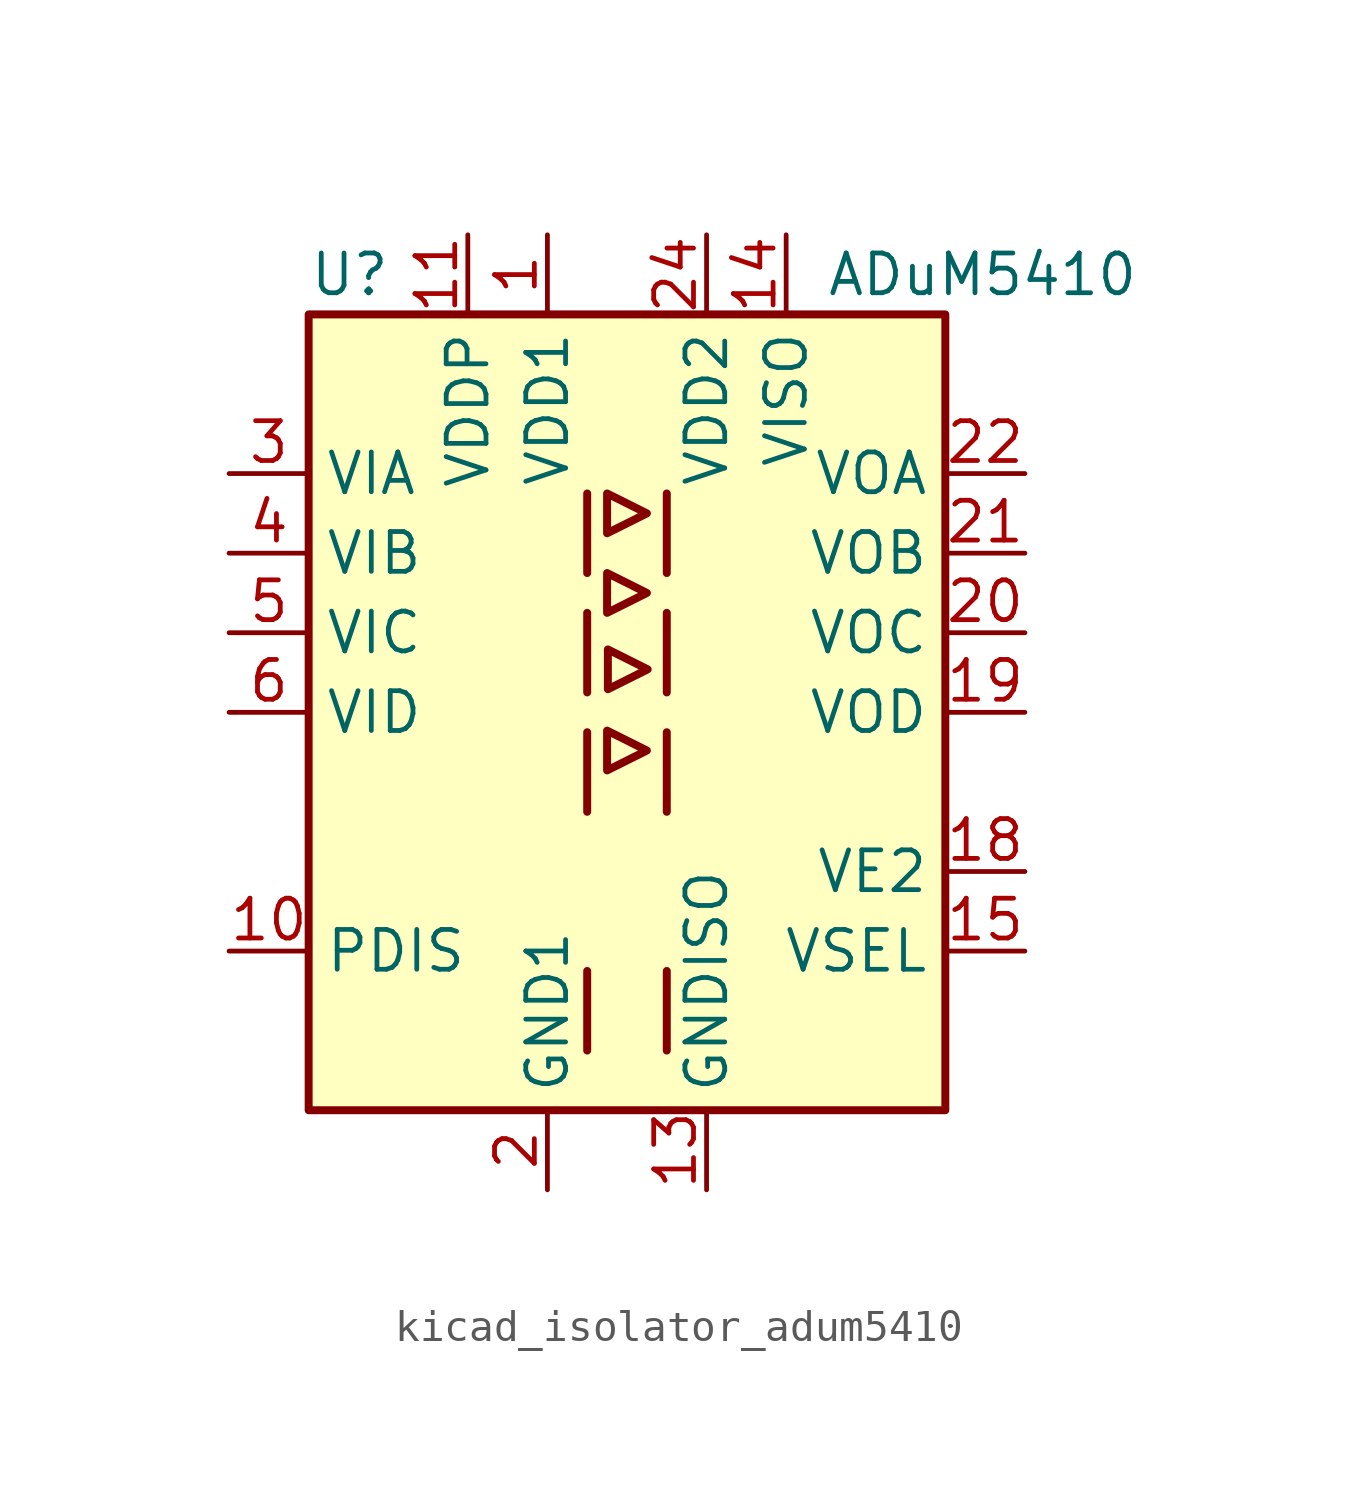
<source format=kicad_sym>
(kicad_symbol_lib
  (version 20220914)
  (generator kicad_symbol_editor)
  (symbol "kicad_isolator_adum5410"
    (property "Reference" "U"
      (at -10.16 13.97 0)
      (effects (font (size 1.27 1.27)) (justify left)))
    (property "Value" "ADuM5410"
      (at 6.35 13.97 0)
      (effects (font (size 1.27 1.27)) (justify left)))
    (symbol "kicad_isolator_adum5410_0_1"
      (rectangle (start -10.16 12.7) (end 10.16 -12.7) (stroke (width 0.254) (type default)) (fill (type background)))
      (polyline (pts (xy -1.27 -8.255) (xy -1.27 -10.795)) (stroke (width 0.254) (type default)) (fill (type none)))
      (polyline (pts (xy -1.27 -0.635) (xy -1.27 -3.175)) (stroke (width 0.254) (type default)) (fill (type none)))
      (polyline (pts (xy -1.27 3.175) (xy -1.27 0.635)) (stroke (width 0.254) (type default)) (fill (type none)))
      (polyline (pts (xy -1.27 6.985) (xy -1.27 4.445)) (stroke (width 0.254) (type default)) (fill (type none)))
      (polyline (pts (xy 1.27 -8.255) (xy 1.27 -10.795)) (stroke (width 0.254) (type default)) (fill (type none)))
      (polyline (pts (xy 1.27 -0.635) (xy 1.27 -3.175)) (stroke (width 0.254) (type default)) (fill (type none)))
      (polyline (pts (xy 1.27 3.175) (xy 1.27 0.635)) (stroke (width 0.254) (type default)) (fill (type none)))
      (polyline (pts (xy 1.27 6.985) (xy 1.27 4.445)) (stroke (width 0.254) (type default)) (fill (type none)))
      (polyline (pts (xy -0.635 -1.854) (xy -0.635 -0.584) (xy 0.635 -1.219) (xy -0.635 -1.854)) (stroke (width 0.254) (type default)) (fill (type none)))
      (polyline (pts (xy -0.635 4.445) (xy -0.635 3.175) (xy 0.635 3.81) (xy -0.635 4.445)) (stroke (width 0.254) (type default)) (fill (type none)))
      (polyline (pts (xy -0.635 5.715) (xy 0.635 6.35) (xy -0.635 6.985) (xy -0.635 5.715)) (stroke (width 0.254) (type default)) (fill (type none)))
      (polyline (pts (xy -0.61 2.007) (xy 0.66 1.372) (xy -0.61 0.737) (xy -0.61 2.007)) (stroke (width 0.254) (type default)) (fill (type none))))
    (symbol "kicad_isolator_adum5410_1_1"
      (pin power_in line (at -2.54 15.24 270) (length 2.54) (name "VDD1" (effects (font (size 1.27 1.27)))) (number "1" (effects (font (size 1.27 1.27)))))
      (pin input line (at -12.7 -7.62 0) (length 2.54) (name "PDIS" (effects (font (size 1.27 1.27)))) (number "10" (effects (font (size 1.27 1.27)))))
      (pin power_in line (at -5.08 15.24 270) (length 2.54) (name "VDDP" (effects (font (size 1.27 1.27)))) (number "11" (effects (font (size 1.27 1.27)))))
      (pin passive line (at -2.54 -15.24 90) (length 2.54) hide (name "GND1" (effects (font (size 1.27 1.27)))) (number "12" (effects (font (size 1.27 1.27)))))
      (pin power_in line (at 2.54 -15.24 90) (length 2.54) (name "GNDISO" (effects (font (size 1.27 1.27)))) (number "13" (effects (font (size 1.27 1.27)))))
      (pin power_out line (at 5.08 15.24 270) (length 2.54) (name "VISO" (effects (font (size 1.27 1.27)))) (number "14" (effects (font (size 1.27 1.27)))))
      (pin input line (at 12.7 -7.62 180) (length 2.54) (name "VSEL" (effects (font (size 1.27 1.27)))) (number "15" (effects (font (size 1.27 1.27)))))
      (pin passive line (at 2.54 -15.24 90) (length 2.54) hide (name "GNDISO" (effects (font (size 1.27 1.27)))) (number "16" (effects (font (size 1.27 1.27)))))
      (pin no_connect line (at 10.16 -2.54 180) (length 2.54) hide (name "NC" (effects (font (size 1.27 1.27)))) (number "17" (effects (font (size 1.27 1.27)))))
      (pin input line (at 12.7 -5.08 180) (length 2.54) (name "VE2" (effects (font (size 1.27 1.27)))) (number "18" (effects (font (size 1.27 1.27)))))
      (pin output line (at 12.7 0 180) (length 2.54) (name "VOD" (effects (font (size 1.27 1.27)))) (number "19" (effects (font (size 1.27 1.27)))))
      (pin power_in line (at -2.54 -15.24 90) (length 2.54) (name "GND1" (effects (font (size 1.27 1.27)))) (number "2" (effects (font (size 1.27 1.27)))))
      (pin output line (at 12.7 2.54 180) (length 2.54) (name "VOC" (effects (font (size 1.27 1.27)))) (number "20" (effects (font (size 1.27 1.27)))))
      (pin output line (at 12.7 5.08 180) (length 2.54) (name "VOB" (effects (font (size 1.27 1.27)))) (number "21" (effects (font (size 1.27 1.27)))))
      (pin output line (at 12.7 7.62 180) (length 2.54) (name "VOA" (effects (font (size 1.27 1.27)))) (number "22" (effects (font (size 1.27 1.27)))))
      (pin passive line (at 2.54 -15.24 90) (length 2.54) hide (name "GNDISO" (effects (font (size 1.27 1.27)))) (number "23" (effects (font (size 1.27 1.27)))))
      (pin power_in line (at 2.54 15.24 270) (length 2.54) (name "VDD2" (effects (font (size 1.27 1.27)))) (number "24" (effects (font (size 1.27 1.27)))))
      (pin input line (at -12.7 7.62 0) (length 2.54) (name "VIA" (effects (font (size 1.27 1.27)))) (number "3" (effects (font (size 1.27 1.27)))))
      (pin input line (at -12.7 5.08 0) (length 2.54) (name "VIB" (effects (font (size 1.27 1.27)))) (number "4" (effects (font (size 1.27 1.27)))))
      (pin input line (at -12.7 2.54 0) (length 2.54) (name "VIC" (effects (font (size 1.27 1.27)))) (number "5" (effects (font (size 1.27 1.27)))))
      (pin input line (at -12.7 0 0) (length 2.54) (name "VID" (effects (font (size 1.27 1.27)))) (number "6" (effects (font (size 1.27 1.27)))))
      (pin no_connect line (at -10.16 -5.08 0) (length 2.54) hide (name "NC" (effects (font (size 1.27 1.27)))) (number "7" (effects (font (size 1.27 1.27)))))
      (pin no_connect line (at -10.16 -2.54 0) (length 2.54) hide (name "NC" (effects (font (size 1.27 1.27)))) (number "8" (effects (font (size 1.27 1.27)))))
      (pin passive line (at -2.54 -15.24 90) (length 2.54) hide (name "GND1" (effects (font (size 1.27 1.27)))) (number "9" (effects (font (size 1.27 1.27))))))))
</source>
